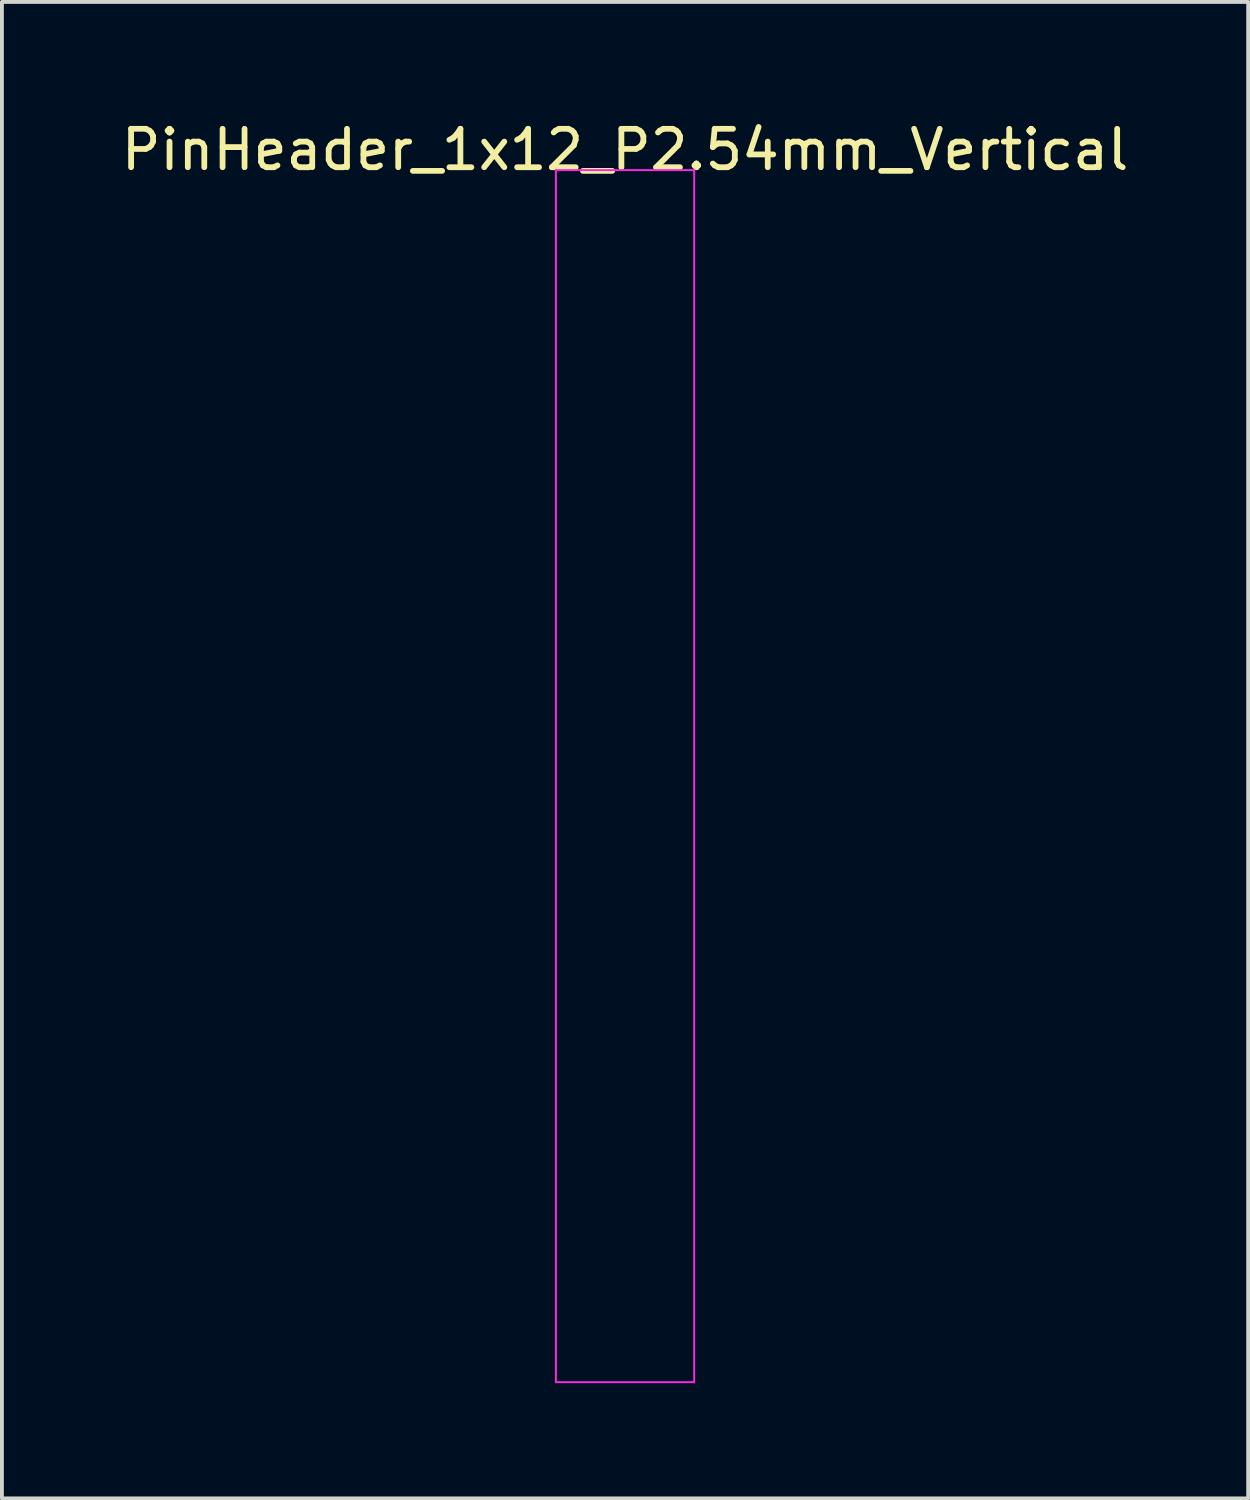
<source format=kicad_pcb>
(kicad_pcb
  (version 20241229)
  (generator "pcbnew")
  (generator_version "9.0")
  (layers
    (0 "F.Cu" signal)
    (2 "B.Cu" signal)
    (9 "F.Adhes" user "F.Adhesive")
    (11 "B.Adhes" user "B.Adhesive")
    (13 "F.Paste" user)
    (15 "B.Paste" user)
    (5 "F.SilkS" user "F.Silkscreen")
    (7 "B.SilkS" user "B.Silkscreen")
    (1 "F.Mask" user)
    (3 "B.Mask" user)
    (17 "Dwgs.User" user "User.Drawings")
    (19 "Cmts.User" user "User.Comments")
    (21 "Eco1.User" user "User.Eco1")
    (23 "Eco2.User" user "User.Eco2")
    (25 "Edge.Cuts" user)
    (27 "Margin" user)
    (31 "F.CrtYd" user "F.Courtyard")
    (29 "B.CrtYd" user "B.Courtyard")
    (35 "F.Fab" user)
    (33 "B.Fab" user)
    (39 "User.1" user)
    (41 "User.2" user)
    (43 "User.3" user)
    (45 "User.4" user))
  (footprint "PinHeader_1x12_P2.54mm_Vertical"
    (layer "F.Cu")
    (at 13.22 3.178)
    (property "Reference" "PinHeader_1x12_P2.54mm_Vertical" (at 0 -2.33 0) (layer "F.SilkS") (effects (font (size 1 1) (thickness 0.15))))
    (attr through_hole)
    (fp_line (start -1.8 -1.8) (end -1.8 29.75) (stroke (width 0.05) (type solid)) (layer "F.CrtYd"))
    (fp_line (start -1.8 29.75) (end 1.8 29.75) (stroke (width 0.05) (type solid)) (layer "F.CrtYd"))
    (fp_line (start 1.8 -1.8) (end -1.8 -1.8) (stroke (width 0.05) (type solid)) (layer "F.CrtYd"))
    (fp_line (start 1.8 29.75) (end 1.8 -1.8) (stroke (width 0.05) (type solid)) (layer "F.CrtYd")))
  (gr_rect
    (start -3 -3)
    (end 29.44 35.953)
    (stroke (width 0.1) (type default))
    (fill no)
    (layer "Edge.Cuts")))
</source>
